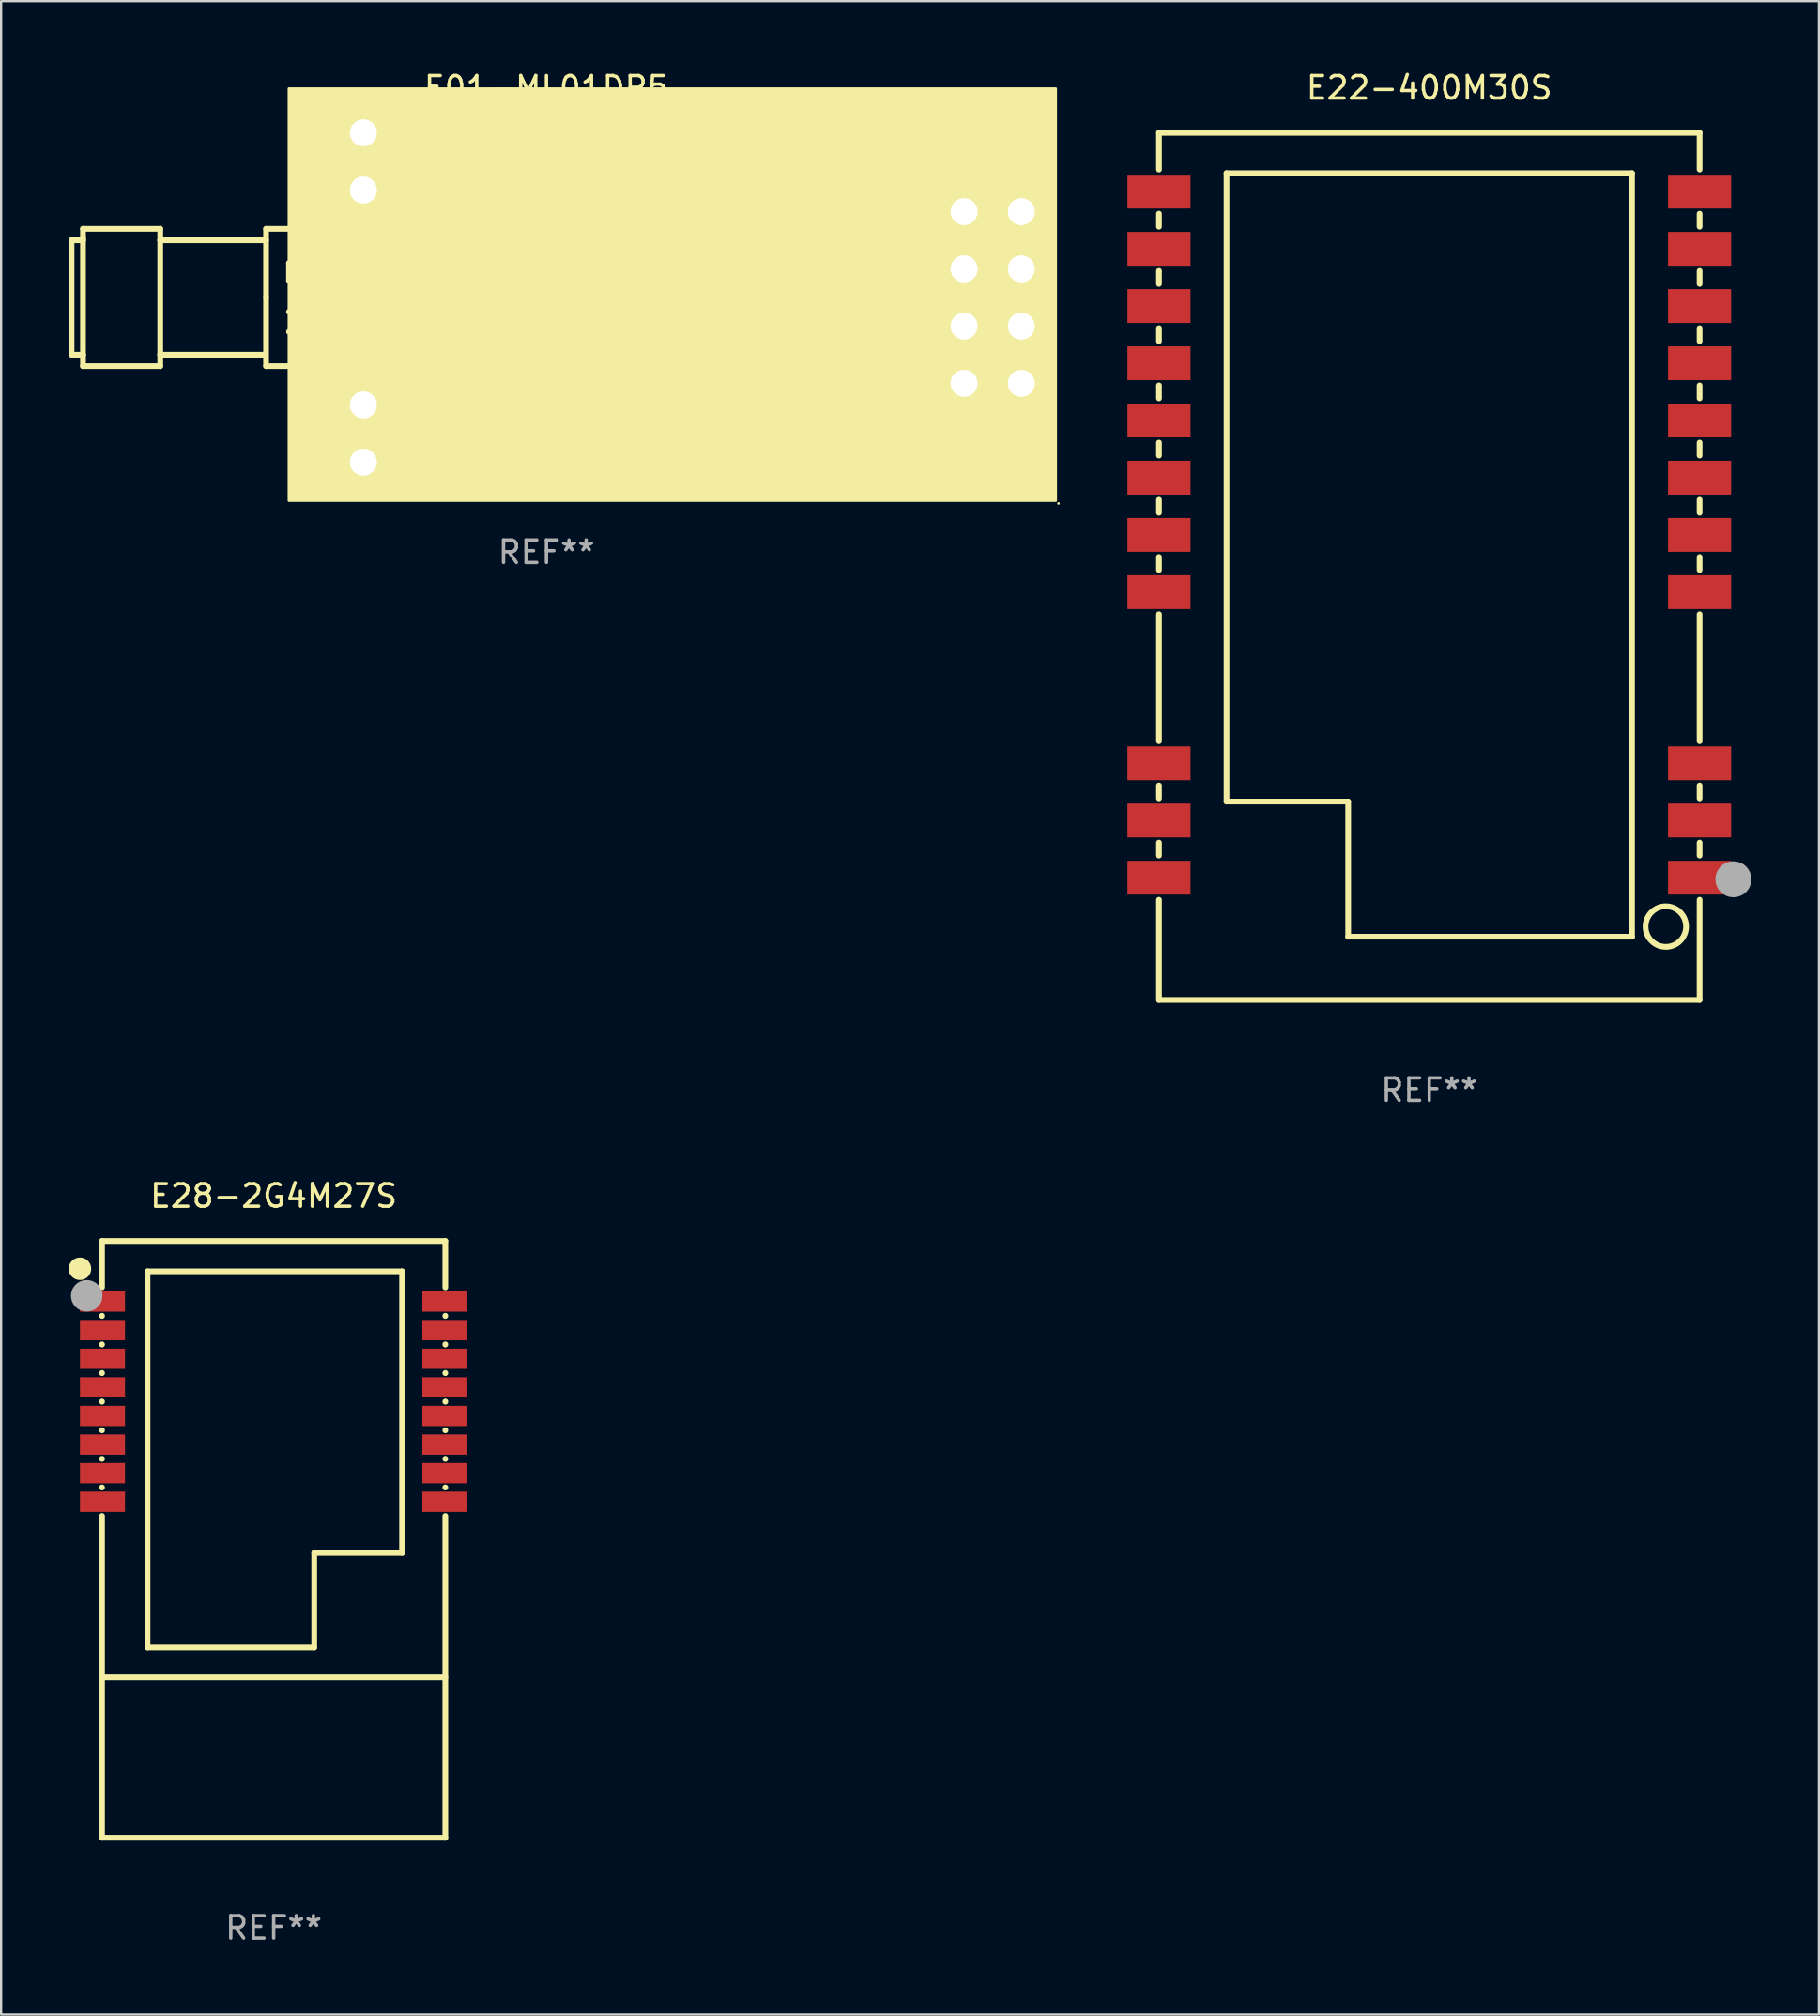
<source format=kicad_pcb>
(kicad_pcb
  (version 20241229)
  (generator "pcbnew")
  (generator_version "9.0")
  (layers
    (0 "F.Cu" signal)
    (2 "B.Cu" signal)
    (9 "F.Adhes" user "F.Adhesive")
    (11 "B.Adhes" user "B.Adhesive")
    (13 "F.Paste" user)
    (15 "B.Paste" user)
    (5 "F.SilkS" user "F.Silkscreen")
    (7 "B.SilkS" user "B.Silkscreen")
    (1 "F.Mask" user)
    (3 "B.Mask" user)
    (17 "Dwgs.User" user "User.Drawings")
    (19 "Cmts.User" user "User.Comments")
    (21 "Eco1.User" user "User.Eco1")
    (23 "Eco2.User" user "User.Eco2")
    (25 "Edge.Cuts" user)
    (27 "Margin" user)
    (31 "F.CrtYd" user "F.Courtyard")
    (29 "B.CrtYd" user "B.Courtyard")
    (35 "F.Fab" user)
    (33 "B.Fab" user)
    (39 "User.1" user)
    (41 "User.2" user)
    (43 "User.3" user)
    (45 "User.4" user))
  (footprint "E28-2G4M27S"
    (layer "F.Cu")
    (at 9.1 65.295)
    (property "Reference" "E28-2G4M27S" (at 0 -15.25 0) (layer "F.SilkS") (effects (font (size 1 1) (thickness 0.15))))
    (attr through_hole)
    (fp_line (start -7.62 -13.25) (end -7.62 -11.191) (stroke (width 0.254) (type solid)) (layer "F.SilkS"))
    (fp_line (start -7.62 -13.25) (end 7.62 -13.25) (stroke (width 0.254) (type solid)) (layer "F.SilkS"))
    (fp_line (start -7.62 -9.929) (end -7.62 -9.921) (stroke (width 0.254) (type solid)) (layer "F.SilkS"))
    (fp_line (start -7.62 -8.659) (end -7.62 -8.651) (stroke (width 0.254) (type solid)) (layer "F.SilkS"))
    (fp_line (start -7.62 -7.389) (end -7.62 -7.381) (stroke (width 0.254) (type solid)) (layer "F.SilkS"))
    (fp_line (start -7.62 -6.119) (end -7.62 -6.111) (stroke (width 0.254) (type solid)) (layer "F.SilkS"))
    (fp_line (start -7.62 -4.849) (end -7.62 -4.841) (stroke (width 0.254) (type solid)) (layer "F.SilkS"))
    (fp_line (start -7.62 -3.579) (end -7.62 -3.571) (stroke (width 0.254) (type solid)) (layer "F.SilkS"))
    (fp_line (start -7.62 -2.309) (end -7.62 -2.301) (stroke (width 0.254) (type solid)) (layer "F.SilkS"))
    (fp_line (start -7.62 -1.039) (end -7.62 13.25) (stroke (width 0.254) (type solid)) (layer "F.SilkS"))
    (fp_line (start -7.62 6.126) (end 7.62 6.126) (stroke (width 0.254) (type solid)) (layer "F.SilkS"))
    (fp_line (start -7.62 13.25) (end 7.62 13.25) (stroke (width 0.254) (type solid)) (layer "F.SilkS"))
    (fp_line (start -5.6 -11.9) (end 5.7 -11.9) (stroke (width 0.254) (type solid)) (layer "F.SilkS"))
    (fp_line (start -5.6 4.8) (end -5.6 -11.9) (stroke (width 0.254) (type solid)) (layer "F.SilkS"))
    (fp_line (start 1.8 0.6) (end 1.8 4.8) (stroke (width 0.254) (type solid)) (layer "F.SilkS"))
    (fp_line (start 1.8 4.8) (end -5.6 4.8) (stroke (width 0.254) (type solid)) (layer "F.SilkS"))
    (fp_line (start 5.7 -11.9) (end 5.7 0.6) (stroke (width 0.254) (type solid)) (layer "F.SilkS"))
    (fp_line (start 5.7 0.6) (end 1.8 0.6) (stroke (width 0.254) (type solid)) (layer "F.SilkS"))
    (fp_line (start 7.62 -13.25) (end 7.62 -11.191) (stroke (width 0.254) (type solid)) (layer "F.SilkS"))
    (fp_line (start 7.62 -9.929) (end 7.62 -9.921) (stroke (width 0.254) (type solid)) (layer "F.SilkS"))
    (fp_line (start 7.62 -8.659) (end 7.62 -8.651) (stroke (width 0.254) (type solid)) (layer "F.SilkS"))
    (fp_line (start 7.62 -7.389) (end 7.62 -7.381) (stroke (width 0.254) (type solid)) (layer "F.SilkS"))
    (fp_line (start 7.62 -6.119) (end 7.62 -6.111) (stroke (width 0.254) (type solid)) (layer "F.SilkS"))
    (fp_line (start 7.62 -4.849) (end 7.62 -4.841) (stroke (width 0.254) (type solid)) (layer "F.SilkS"))
    (fp_line (start 7.62 -3.579) (end 7.62 -3.571) (stroke (width 0.254) (type solid)) (layer "F.SilkS"))
    (fp_line (start 7.62 -2.309) (end 7.62 -2.301) (stroke (width 0.254) (type solid)) (layer "F.SilkS"))
    (fp_line (start 7.62 -1.039) (end 7.62 13.25) (stroke (width 0.254) (type solid)) (layer "F.SilkS"))
    (fp_circle (center -8.6 -12.015) (end -8.35 -12.015) (stroke (width 0.5) (type solid)) (fill no) (layer "F.SilkS"))
    (fp_circle (center -7.5 -13.265) (end -7.47 -13.265) (stroke (width 0.06) (type solid)) (fill no) (layer "F.SilkS"))
    (fp_circle (center -8.3 -10.815) (end -7.95 -10.815) (stroke (width 0.7) (type solid)) (fill no) (layer "F.Fab"))
    (fp_text user "REF**" (at 0 17.25 0) (layer "F.Fab") (effects (font (size 1 1) (thickness 0.15))))
    (pad "1" smd rect (at -7.6 -10.56) (size 2 0.9) (layers "F.Cu" "F.Mask" "F.Paste"))
    (pad "2" smd rect (at -7.6 -9.29) (size 2 0.9) (layers "F.Cu" "F.Mask" "F.Paste"))
    (pad "3" smd rect (at -7.6 -8.02) (size 2 0.9) (layers "F.Cu" "F.Mask" "F.Paste"))
    (pad "4" smd rect (at -7.6 -6.75) (size 2 0.9) (layers "F.Cu" "F.Mask" "F.Paste"))
    (pad "5" smd rect (at -7.6 -5.48) (size 2 0.9) (layers "F.Cu" "F.Mask" "F.Paste"))
    (pad "6" smd rect (at -7.6 -4.21) (size 2 0.9) (layers "F.Cu" "F.Mask" "F.Paste"))
    (pad "7" smd rect (at -7.6 -2.94) (size 2 0.9) (layers "F.Cu" "F.Mask" "F.Paste"))
    (pad "8" smd rect (at -7.6 -1.67) (size 2 0.9) (layers "F.Cu" "F.Mask" "F.Paste"))
    (pad "9" smd rect (at 7.6 -1.67) (size 2 0.9) (layers "F.Cu" "F.Mask" "F.Paste"))
    (pad "10" smd rect (at 7.6 -2.94) (size 2 0.9) (layers "F.Cu" "F.Mask" "F.Paste"))
    (pad "11" smd rect (at 7.6 -4.21) (size 2 0.9) (layers "F.Cu" "F.Mask" "F.Paste"))
    (pad "12" smd rect (at 7.6 -5.48) (size 2 0.9) (layers "F.Cu" "F.Mask" "F.Paste"))
    (pad "13" smd rect (at 7.6 -6.75) (size 2 0.9) (layers "F.Cu" "F.Mask" "F.Paste"))
    (pad "14" smd rect (at 7.6 -8.02) (size 2 0.9) (layers "F.Cu" "F.Mask" "F.Paste"))
    (pad "15" smd rect (at 7.6 -9.29) (size 2 0.9) (layers "F.Cu" "F.Mask" "F.Paste"))
    (pad "16" smd rect (at 7.6 -10.56) (size 2 0.9) (layers "F.Cu" "F.Mask" "F.Paste")))
  (footprint "E22-400M30S"
    (layer "F.Cu")
    (at 60.402 22.098)
    (property "Reference" "E22-400M30S" (at 0 -21.25 0) (layer "F.SilkS") (effects (font (size 1 1) (thickness 0.15))))
    (attr through_hole)
    (fp_line (start -12 -19.25) (end -12 -17.621) (stroke (width 0.254) (type solid)) (layer "F.SilkS"))
    (fp_line (start -12 -19.25) (end 12 -19.25) (stroke (width 0.254) (type solid)) (layer "F.SilkS"))
    (fp_line (start -12 -15.659) (end -12 -15.081) (stroke (width 0.254) (type solid)) (layer "F.SilkS"))
    (fp_line (start -12 -13.119) (end -12 -12.541) (stroke (width 0.254) (type solid)) (layer "F.SilkS"))
    (fp_line (start -12 -10.579) (end -12 -10.001) (stroke (width 0.254) (type solid)) (layer "F.SilkS"))
    (fp_line (start -12 -8.039) (end -12 -7.461) (stroke (width 0.254) (type solid)) (layer "F.SilkS"))
    (fp_line (start -12 -5.499) (end -12 -4.921) (stroke (width 0.254) (type solid)) (layer "F.SilkS"))
    (fp_line (start -12 -2.959) (end -12 -2.381) (stroke (width 0.254) (type solid)) (layer "F.SilkS"))
    (fp_line (start -12 -0.419) (end -12 0.159) (stroke (width 0.254) (type solid)) (layer "F.SilkS"))
    (fp_line (start -12 2.121) (end -12 7.759) (stroke (width 0.254) (type solid)) (layer "F.SilkS"))
    (fp_line (start -12 9.721) (end -12 10.299) (stroke (width 0.254) (type solid)) (layer "F.SilkS"))
    (fp_line (start -12 12.261) (end -12 12.839) (stroke (width 0.254) (type solid)) (layer "F.SilkS"))
    (fp_line (start -12 14.801) (end -12 19.25) (stroke (width 0.254) (type solid)) (layer "F.SilkS"))
    (fp_line (start -12 19.25) (end 12 19.25) (stroke (width 0.254) (type solid)) (layer "F.SilkS"))
    (fp_line (start -9 -17.46) (end 9 -17.46) (stroke (width 0.254) (type solid)) (layer "F.SilkS"))
    (fp_line (start -9 10.44) (end -9 -17.46) (stroke (width 0.254) (type solid)) (layer "F.SilkS"))
    (fp_line (start -3.6 10.44) (end -9 10.44) (stroke (width 0.254) (type solid)) (layer "F.SilkS"))
    (fp_line (start -3.6 16.44) (end -3.6 10.44) (stroke (width 0.254) (type solid)) (layer "F.SilkS"))
    (fp_line (start 9 -17.46) (end 9 16.44) (stroke (width 0.254) (type solid)) (layer "F.SilkS"))
    (fp_line (start 9 16.44) (end -3.6 16.44) (stroke (width 0.254) (type solid)) (layer "F.SilkS"))
    (fp_line (start 12 -19.25) (end 12 -17.621) (stroke (width 0.254) (type solid)) (layer "F.SilkS"))
    (fp_line (start 12 -15.659) (end 12 -15.081) (stroke (width 0.254) (type solid)) (layer "F.SilkS"))
    (fp_line (start 12 -13.119) (end 12 -12.541) (stroke (width 0.254) (type solid)) (layer "F.SilkS"))
    (fp_line (start 12 -10.579) (end 12 -10.001) (stroke (width 0.254) (type solid)) (layer "F.SilkS"))
    (fp_line (start 12 -8.039) (end 12 -7.461) (stroke (width 0.254) (type solid)) (layer "F.SilkS"))
    (fp_line (start 12 -5.499) (end 12 -4.921) (stroke (width 0.254) (type solid)) (layer "F.SilkS"))
    (fp_line (start 12 -2.959) (end 12 -2.381) (stroke (width 0.254) (type solid)) (layer "F.SilkS"))
    (fp_line (start 12 -0.419) (end 12 0.159) (stroke (width 0.254) (type solid)) (layer "F.SilkS"))
    (fp_line (start 12 2.121) (end 12 7.759) (stroke (width 0.254) (type solid)) (layer "F.SilkS"))
    (fp_line (start 12 9.721) (end 12 10.299) (stroke (width 0.254) (type solid)) (layer "F.SilkS"))
    (fp_line (start 12 12.261) (end 12 12.839) (stroke (width 0.254) (type solid)) (layer "F.SilkS"))
    (fp_line (start 12 14.801) (end 12 19.25) (stroke (width 0.254) (type solid)) (layer "F.SilkS"))
    (fp_circle (center 10.5 15.99) (end 11.4 15.99) (stroke (width 0.254) (type solid)) (fill no) (layer "F.SilkS"))
    (fp_circle (center 12 19.25) (end 12.03 19.25) (stroke (width 0.06) (type solid)) (fill no) (layer "F.SilkS"))
    (fp_circle (center 13.5 13.89) (end 13.9 13.89) (stroke (width 0.8) (type solid)) (fill no) (layer "F.Fab"))
    (fp_text user "REF**" (at 0 23.25 0) (layer "F.Fab") (effects (font (size 1 1) (thickness 0.15))))
    (pad "1" smd rect (at 12 13.82) (size 2.8 1.5) (layers "F.Cu" "F.Mask" "F.Paste"))
    (pad "2" smd rect (at 12 11.28) (size 2.8 1.5) (layers "F.Cu" "F.Mask" "F.Paste"))
    (pad "3" smd rect (at 12 8.74) (size 2.8 1.5) (layers "F.Cu" "F.Mask" "F.Paste"))
    (pad "4" smd rect (at 12 1.14) (size 2.8 1.5) (layers "F.Cu" "F.Mask" "F.Paste"))
    (pad "5" smd rect (at 12 -1.4) (size 2.8 1.5) (layers "F.Cu" "F.Mask" "F.Paste"))
    (pad "6" smd rect (at 12 -3.94) (size 2.8 1.5) (layers "F.Cu" "F.Mask" "F.Paste"))
    (pad "7" smd rect (at 12 -6.48) (size 2.8 1.5) (layers "F.Cu" "F.Mask" "F.Paste"))
    (pad "8" smd rect (at 12 -9.02) (size 2.8 1.5) (layers "F.Cu" "F.Mask" "F.Paste"))
    (pad "9" smd rect (at 12 -11.56) (size 2.8 1.5) (layers "F.Cu" "F.Mask" "F.Paste"))
    (pad "10" smd rect (at 12 -14.1) (size 2.8 1.5) (layers "F.Cu" "F.Mask" "F.Paste"))
    (pad "11" smd rect (at 12 -16.64) (size 2.8 1.5) (layers "F.Cu" "F.Mask" "F.Paste"))
    (pad "12" smd rect (at -12 -16.64) (size 2.8 1.5) (layers "F.Cu" "F.Mask" "F.Paste"))
    (pad "13" smd rect (at -12 -14.1) (size 2.8 1.5) (layers "F.Cu" "F.Mask" "F.Paste"))
    (pad "14" smd rect (at -12 -11.56) (size 2.8 1.5) (layers "F.Cu" "F.Mask" "F.Paste"))
    (pad "15" smd rect (at -12 -9.02) (size 2.8 1.5) (layers "F.Cu" "F.Mask" "F.Paste"))
    (pad "16" smd rect (at -12 -6.48) (size 2.8 1.5) (layers "F.Cu" "F.Mask" "F.Paste"))
    (pad "17" smd rect (at -12 -3.94) (size 2.8 1.5) (layers "F.Cu" "F.Mask" "F.Paste"))
    (pad "18" smd rect (at -12 -1.4) (size 2.8 1.5) (layers "F.Cu" "F.Mask" "F.Paste"))
    (pad "19" smd rect (at -12 1.14) (size 2.8 1.5) (layers "F.Cu" "F.Mask" "F.Paste"))
    (pad "20" smd rect (at -12 8.74) (size 2.8 1.5) (layers "F.Cu" "F.Mask" "F.Paste"))
    (pad "21" smd rect (at -12 11.28) (size 2.8 1.5) (layers "F.Cu" "F.Mask" "F.Paste"))
    (pad "22" smd rect (at -12 13.82) (size 2.8 1.5) (layers "F.Cu" "F.Mask" "F.Paste")))
  (footprint "E01-ML01DP5"
    (layer "F.Cu")
    (at 21.209 10.158)
    (property "Reference" "E01-ML01DP5" (at 0 -9.31 0) (layer "F.SilkS") (effects (font (size 1 1) (thickness 0.15))))
    (attr through_hole)
    (fp_line (start -21.082 -2.54) (end -20.574 -2.54) (stroke (width 0.254) (type solid)) (layer "F.SilkS"))
    (fp_line (start -21.082 2.54) (end -21.082 -2.54) (stroke (width 0.254) (type solid)) (layer "F.SilkS"))
    (fp_line (start -20.574 -3.048) (end -17.145 -3.048) (stroke (width 0.254) (type solid)) (layer "F.SilkS"))
    (fp_line (start -20.574 -2.54) (end -20.574 -3.048) (stroke (width 0.254) (type solid)) (layer "F.SilkS"))
    (fp_line (start -20.574 2.54) (end -21.082 2.54) (stroke (width 0.254) (type solid)) (layer "F.SilkS"))
    (fp_line (start -20.574 2.54) (end -20.574 -2.667) (stroke (width 0.254) (type solid)) (layer "F.SilkS"))
    (fp_line (start -20.574 3.048) (end -20.574 2.54) (stroke (width 0.254) (type solid)) (layer "F.SilkS"))
    (fp_line (start -17.145 -3.048) (end -17.145 -2.54) (stroke (width 0.254) (type solid)) (layer "F.SilkS"))
    (fp_line (start -17.145 -2.54) (end -17.145 2.54) (stroke (width 0.254) (type solid)) (layer "F.SilkS"))
    (fp_line (start -17.145 -2.54) (end -12.446 -2.54) (stroke (width 0.254) (type solid)) (layer "F.SilkS"))
    (fp_line (start -17.145 2.54) (end -17.145 3.048) (stroke (width 0.254) (type solid)) (layer "F.SilkS"))
    (fp_line (start -17.145 3.048) (end -20.574 3.048) (stroke (width 0.254) (type solid)) (layer "F.SilkS"))
    (fp_line (start -12.573 2.54) (end -17.145 2.54) (stroke (width 0.254) (type solid)) (layer "F.SilkS"))
    (fp_line (start -12.446 -3.048) (end -7.112 -3.048) (stroke (width 0.254) (type solid)) (layer "F.SilkS"))
    (fp_line (start -12.446 0.000127) (end -12.446 -3.048) (stroke (width 0.254) (type solid)) (layer "F.SilkS"))
    (fp_line (start -12.446 0.000127) (end -12.446 3.048) (stroke (width 0.254) (type solid)) (layer "F.SilkS"))
    (fp_line (start -12.446 3.048) (end -7.112 3.048) (stroke (width 0.254) (type solid)) (layer "F.SilkS"))
    (fp_line (start -11.43 -1.524) (end -11.43 -0.762) (stroke (width 0.254) (type solid)) (layer "F.SilkS"))
    (fp_line (start -11.43 -0.762) (end -7.112 -0.762) (stroke (width 0.254) (type solid)) (layer "F.SilkS"))
    (fp_line (start -7.112 -3.048) (end -7.112 -1.524) (stroke (width 0.254) (type solid)) (layer "F.SilkS"))
    (fp_line (start -7.112 -1.524) (end -11.43 -1.524) (stroke (width 0.254) (type solid)) (layer "F.SilkS"))
    (fp_line (start -7.112 -0.762) (end -7.112 0.635) (stroke (width 0.254) (type solid)) (layer "F.SilkS"))
    (fp_line (start -7.112 0.635) (end -11.43 0.635) (stroke (width 0.254) (type solid)) (layer "F.SilkS"))
    (fp_line (start -7.112 1.524) (end -11.43 1.524) (stroke (width 0.254) (type solid)) (layer "F.SilkS"))
    (fp_line (start -7.112 3.048) (end -7.112 1.524) (stroke (width 0.254) (type solid)) (layer "F.SilkS"))
    (fp_circle (center 22.733 9.144) (end 22.763 9.144) (stroke (width 0.06) (type solid)) (fill no) (layer "F.SilkS"))
    (fp_poly (pts (xy -11.43 -9.271) (xy 22.606 -9.271) (xy 22.606 9.017) (xy -11.43 9.017)) (stroke (width 0.12) (type solid)) (fill yes) (layer "F.SilkS"))
    (fp_text user "REF**" (at 0 11.31 0) (layer "F.Fab") (effects (font (size 1 1) (thickness 0.15))))
    (pad "1" thru_hole rect (at 21.082 3.81 180) (size 2 2) (drill 1.2) (layers "*.Cu" "*.Mask"))
    (pad "2" thru_hole circle (at 18.542 3.81) (size 2 2) (drill 1.2) (layers "*.Cu" "*.Mask"))
    (pad "3" thru_hole circle (at 21.082 1.27) (size 2 2) (drill 1.2) (layers "*.Cu" "*.Mask"))
    (pad "4" thru_hole circle (at 18.542 1.27) (size 2 2) (drill 1.2) (layers "*.Cu" "*.Mask"))
    (pad "5" thru_hole circle (at 21.082 -1.27) (size 2 2) (drill 1.2) (layers "*.Cu" "*.Mask"))
    (pad "6" thru_hole circle (at 18.542 -1.27) (size 2 2) (drill 1.2) (layers "*.Cu" "*.Mask"))
    (pad "7" thru_hole circle (at 21.082 -3.81) (size 2 2) (drill 1.2) (layers "*.Cu" "*.Mask"))
    (pad "8" thru_hole circle (at 18.542 -3.81) (size 2 2) (drill 1.2) (layers "*.Cu" "*.Mask"))
    (pad "9" thru_hole circle (at -8.128 7.31) (size 2 2) (drill 1.2) (layers "*.Cu" "*.Mask"))
    (pad "10" thru_hole circle (at -8.128 4.77) (size 2 2) (drill 1.2) (layers "*.Cu" "*.Mask"))
    (pad "11" thru_hole circle (at -8.128 -4.77) (size 2 2) (drill 1.2) (layers "*.Cu" "*.Mask"))
    (pad "12" thru_hole circle (at -8.128 -7.31) (size 2 2) (drill 1.2) (layers "*.Cu" "*.Mask")))
  (gr_rect
    (start -3 -3)
    (end 77.702 86.393)
    (stroke (width 0.1) (type default))
    (fill no)
    (layer "Edge.Cuts")))
</source>
